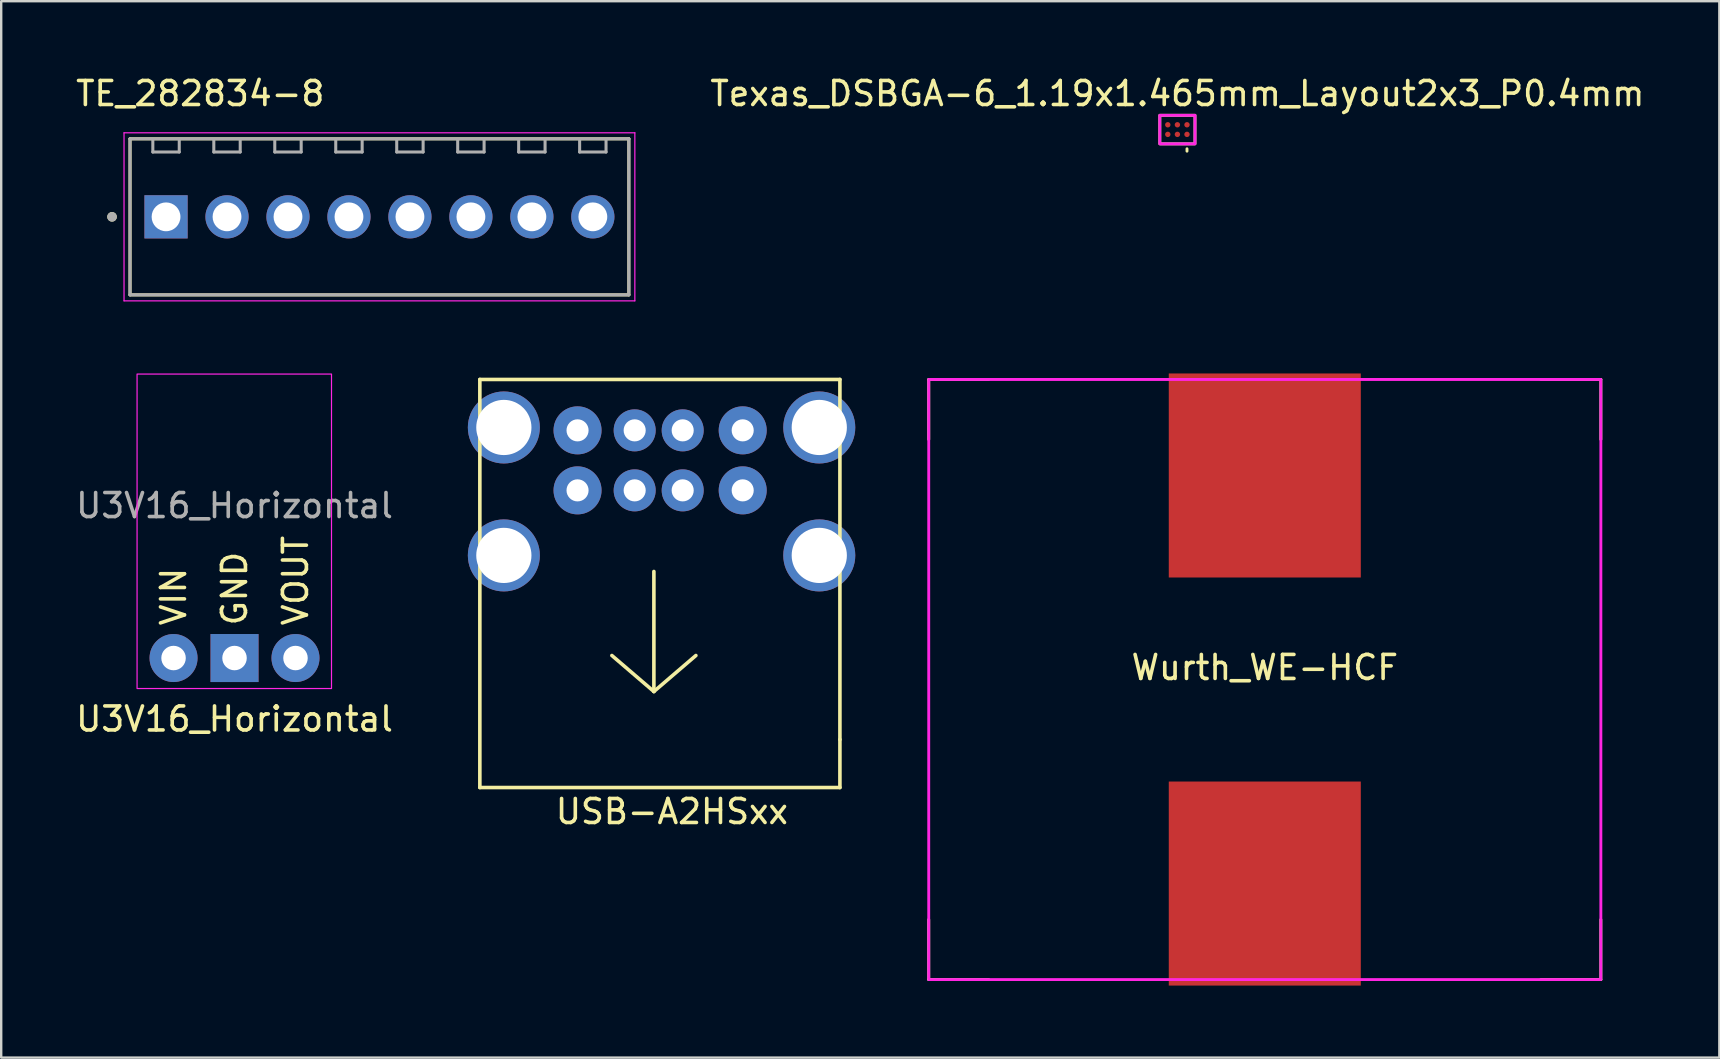
<source format=kicad_pcb>
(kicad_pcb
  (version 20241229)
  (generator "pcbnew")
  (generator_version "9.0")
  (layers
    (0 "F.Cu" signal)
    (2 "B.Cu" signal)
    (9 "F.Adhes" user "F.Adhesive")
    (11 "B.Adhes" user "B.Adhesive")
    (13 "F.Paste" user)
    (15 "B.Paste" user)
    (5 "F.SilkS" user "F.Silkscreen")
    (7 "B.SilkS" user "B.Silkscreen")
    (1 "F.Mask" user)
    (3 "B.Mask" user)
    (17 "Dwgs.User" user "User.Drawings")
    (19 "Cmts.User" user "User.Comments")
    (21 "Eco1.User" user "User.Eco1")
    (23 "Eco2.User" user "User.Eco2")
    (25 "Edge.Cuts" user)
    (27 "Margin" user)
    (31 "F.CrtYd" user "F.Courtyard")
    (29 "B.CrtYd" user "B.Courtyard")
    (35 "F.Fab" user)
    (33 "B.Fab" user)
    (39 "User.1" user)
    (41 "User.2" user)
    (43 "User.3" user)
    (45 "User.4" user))
  (footprint "TE_282834-8"
    (layer "F.Cu")
    (at 12.757 5.983)
    (property "Reference" "TE_282834-8" (at -7.465 -5.135 0) (layer "F.SilkS") (effects (font (size 1 1) (thickness 0.15))))
    (attr through_hole)
    (fp_line (start -10.39 -3.25) (end 10.39 -3.25) (stroke (width 0.127) (type solid)) (layer "F.SilkS"))
    (fp_line (start -10.39 3.25) (end -10.39 -3.25) (stroke (width 0.127) (type solid)) (layer "F.SilkS"))
    (fp_line (start 10.39 -3.25) (end 10.39 3.25) (stroke (width 0.127) (type solid)) (layer "F.SilkS"))
    (fp_line (start 10.39 3.25) (end -10.39 3.25) (stroke (width 0.127) (type solid)) (layer "F.SilkS"))
    (fp_circle (center -11.14 0) (end -11.04 0) (stroke (width 0.2) (type solid)) (fill no) (layer "F.SilkS"))
    (fp_line (start -10.64 -3.5) (end -10.64 3.5) (stroke (width 0.05) (type solid)) (layer "F.CrtYd"))
    (fp_line (start -10.64 3.5) (end 10.64 3.5) (stroke (width 0.05) (type solid)) (layer "F.CrtYd"))
    (fp_line (start 10.64 -3.5) (end -10.64 -3.5) (stroke (width 0.05) (type solid)) (layer "F.CrtYd"))
    (fp_line (start 10.64 3.5) (end 10.64 -3.5) (stroke (width 0.05) (type solid)) (layer "F.CrtYd"))
    (fp_line (start -10.39 -3.25) (end 10.39 -3.25) (stroke (width 0.127) (type solid)) (layer "F.Fab"))
    (fp_line (start -10.39 3.25) (end -10.39 -3.25) (stroke (width 0.127) (type solid)) (layer "F.Fab"))
    (fp_line (start -9.44 -2.7) (end -9.44 -3.2) (stroke (width 0.127) (type solid)) (layer "F.Fab"))
    (fp_line (start -9.44 -2.7) (end -8.34 -2.7) (stroke (width 0.127) (type solid)) (layer "F.Fab"))
    (fp_line (start -8.34 -2.7) (end -8.34 -3.2) (stroke (width 0.127) (type solid)) (layer "F.Fab"))
    (fp_line (start -6.9 -2.7) (end -6.9 -3.2) (stroke (width 0.127) (type solid)) (layer "F.Fab"))
    (fp_line (start -6.9 -2.7) (end -5.8 -2.7) (stroke (width 0.127) (type solid)) (layer "F.Fab"))
    (fp_line (start -5.8 -2.7) (end -5.8 -3.2) (stroke (width 0.127) (type solid)) (layer "F.Fab"))
    (fp_line (start -4.36 -2.7) (end -4.36 -3.2) (stroke (width 0.127) (type solid)) (layer "F.Fab"))
    (fp_line (start -4.36 -2.7) (end -3.26 -2.7) (stroke (width 0.127) (type solid)) (layer "F.Fab"))
    (fp_line (start -3.26 -2.7) (end -3.26 -3.2) (stroke (width 0.127) (type solid)) (layer "F.Fab"))
    (fp_line (start -1.82 -2.7) (end -1.82 -3.2) (stroke (width 0.127) (type solid)) (layer "F.Fab"))
    (fp_line (start -1.82 -2.7) (end -0.72 -2.7) (stroke (width 0.127) (type solid)) (layer "F.Fab"))
    (fp_line (start -0.72 -2.7) (end -0.72 -3.2) (stroke (width 0.127) (type solid)) (layer "F.Fab"))
    (fp_line (start 0.72 -2.7) (end 0.72 -3.2) (stroke (width 0.127) (type solid)) (layer "F.Fab"))
    (fp_line (start 0.72 -2.7) (end 1.82 -2.7) (stroke (width 0.127) (type solid)) (layer "F.Fab"))
    (fp_line (start 1.82 -2.7) (end 1.82 -3.2) (stroke (width 0.127) (type solid)) (layer "F.Fab"))
    (fp_line (start 3.26 -2.7) (end 3.26 -3.2) (stroke (width 0.127) (type solid)) (layer "F.Fab"))
    (fp_line (start 3.26 -2.7) (end 4.36 -2.7) (stroke (width 0.127) (type solid)) (layer "F.Fab"))
    (fp_line (start 4.36 -2.7) (end 4.36 -3.2) (stroke (width 0.127) (type solid)) (layer "F.Fab"))
    (fp_line (start 5.8 -2.7) (end 5.8 -3.2) (stroke (width 0.127) (type solid)) (layer "F.Fab"))
    (fp_line (start 5.8 -2.7) (end 6.9 -2.7) (stroke (width 0.127) (type solid)) (layer "F.Fab"))
    (fp_line (start 6.9 -2.7) (end 6.9 -3.2) (stroke (width 0.127) (type solid)) (layer "F.Fab"))
    (fp_line (start 8.34 -2.7) (end 8.34 -3.2) (stroke (width 0.127) (type solid)) (layer "F.Fab"))
    (fp_line (start 8.34 -2.7) (end 9.44 -2.7) (stroke (width 0.127) (type solid)) (layer "F.Fab"))
    (fp_line (start 9.44 -2.7) (end 9.44 -3.2) (stroke (width 0.127) (type solid)) (layer "F.Fab"))
    (fp_line (start 10.39 -3.25) (end 10.39 3.25) (stroke (width 0.127) (type solid)) (layer "F.Fab"))
    (fp_line (start 10.39 3.25) (end -10.39 3.25) (stroke (width 0.127) (type solid)) (layer "F.Fab"))
    (fp_circle (center -11.14 0) (end -11.04 0) (stroke (width 0.2) (type solid)) (fill no) (layer "F.Fab"))
    (pad "1" thru_hole rect (at -8.89 0) (size 1.8 1.8) (drill 1.2) (layers "*.Cu" "*.Mask"))
    (pad "2" thru_hole circle (at -6.35 0) (size 1.8 1.8) (drill 1.2) (layers "*.Cu" "*.Mask"))
    (pad "3" thru_hole circle (at -3.81 0) (size 1.8 1.8) (drill 1.2) (layers "*.Cu" "*.Mask"))
    (pad "4" thru_hole circle (at -1.27 0) (size 1.8 1.8) (drill 1.2) (layers "*.Cu" "*.Mask"))
    (pad "5" thru_hole circle (at 1.27 0) (size 1.8 1.8) (drill 1.2) (layers "*.Cu" "*.Mask"))
    (pad "6" thru_hole circle (at 3.81 0) (size 1.8 1.8) (drill 1.2) (layers "*.Cu" "*.Mask"))
    (pad "7" thru_hole circle (at 6.35 0) (size 1.8 1.8) (drill 1.2) (layers "*.Cu" "*.Mask"))
    (pad "8" thru_hole circle (at 8.89 0) (size 1.8 1.8) (drill 1.2) (layers "*.Cu" "*.Mask")))
  (footprint "U3V16_Horizontal"
    (layer "F.Cu")
    (at 4.18 24.363)
    (property "Reference" "U3V16_Horizontal" (at 2.54 2.54 0) (unlocked yes) (layer "F.SilkS") (effects (font (size 1 1) (thickness 0.15))))
    (attr through_hole)
    (fp_rect (start -1.52 1.27) (end 6.58 -11.83) (stroke (width 0.05) (type default)) (fill no) (layer "F.CrtYd"))
    (fp_text user "GND" (at 2.54 -1.27 90) (unlocked yes) (layer "F.SilkS") (effects (font (size 1 1) (thickness 0.15)) (justify left)))
    (fp_text user "VOUT" (at 5.08 -1.27 90) (unlocked yes) (layer "F.SilkS") (effects (font (size 1 1) (thickness 0.15)) (justify left)))
    (fp_text user "VIN" (at 0 -1.27 90) (unlocked yes) (layer "F.SilkS") (effects (font (size 1 1) (thickness 0.15)) (justify left)))
    (fp_text user "${REFERENCE}" (at 2.54 -6.35 0) (unlocked yes) (layer "F.Fab") (effects (font (size 1 1) (thickness 0.15))))
    (pad "1" thru_hole circle (at 0 0) (size 2 2) (drill 1.02) (layers "*.Cu" "*.Mask"))
    (pad "2" thru_hole rect (at 2.54 0) (size 2 2) (drill 1.02) (layers "*.Cu" "*.Mask"))
    (pad "3" thru_hole circle (at 5.08 0) (size 2 2) (drill 1.02) (layers "*.Cu" "*.Mask")))
  (footprint "Wurth_WE-HCF"
    (layer "F.Cu")
    (at 49.64 25.258)
    (property "Reference" "Wurth_WE-HCF" (at 0 -0.5 0) (unlocked yes) (layer "F.SilkS") (effects (font (size 1 1) (thickness 0.15))))
    (attr smd)
    (fp_line (start -14 -12.5) (end -14 -10) (stroke (width 0.12) (type solid)) (layer "F.SilkS"))
    (fp_line (start -14 -12.5) (end -11.5 -12.5) (stroke (width 0.12) (type solid)) (layer "F.SilkS"))
    (fp_line (start -14 12.5) (end -14 10) (stroke (width 0.12) (type solid)) (layer "F.SilkS"))
    (fp_line (start -14 12.5) (end -11.5 12.5) (stroke (width 0.12) (type solid)) (layer "F.SilkS"))
    (fp_line (start 14 -12.5) (end 11.5 -12.5) (stroke (width 0.12) (type solid)) (layer "F.SilkS"))
    (fp_line (start 14 -12.5) (end 14 -10) (stroke (width 0.12) (type solid)) (layer "F.SilkS"))
    (fp_line (start 14 12.5) (end 11.5 12.5) (stroke (width 0.12) (type solid)) (layer "F.SilkS"))
    (fp_line (start 14 12.5) (end 14 10) (stroke (width 0.12) (type solid)) (layer "F.SilkS"))
    (fp_rect (start -14 -12.5) (end 14 12.5) (stroke (width 0.12) (type solid)) (fill no) (layer "F.CrtYd"))
    (pad "1" smd rect (at 0 -8.5) (size 8 8.5) (layers "F.Cu" "F.Mask" "F.Paste"))
    (pad "2" smd rect (at 0 8.5) (size 8 8.5) (layers "F.Cu" "F.Mask" "F.Paste")))
  (footprint "USB-A2HSxx"
    (layer "F.Cu")
    (at 16.94 12.758)
    (property "Reference" "USB-A2HSxx" (at 8 18 0) (layer "F.SilkS") (effects (font (size 1 1) (thickness 0.15))))
    (attr through_hole)
    (fp_line (start 0 0) (end 15 0) (stroke (width 0.15) (type solid)) (layer "F.SilkS"))
    (fp_line (start 0 17) (end 0 0) (stroke (width 0.15) (type solid)) (layer "F.SilkS"))
    (fp_line (start 7.25 8) (end 7.25 13) (stroke (width 0.15) (type solid)) (layer "F.SilkS"))
    (fp_line (start 7.25 13) (end 5.5 11.5) (stroke (width 0.15) (type solid)) (layer "F.SilkS"))
    (fp_line (start 7.25 13) (end 9 11.5) (stroke (width 0.15) (type solid)) (layer "F.SilkS"))
    (fp_line (start 15 0) (end 15 15) (stroke (width 0.15) (type solid)) (layer "F.SilkS"))
    (fp_line (start 15 15) (end 15 17) (stroke (width 0.15) (type solid)) (layer "F.SilkS"))
    (fp_line (start 15 17) (end 0 17) (stroke (width 0.15) (type solid)) (layer "F.SilkS"))
    (pad "1" thru_hole circle (at 4.07 2.12) (size 2 2) (drill 0.92) (layers "*.Cu" "*.Mask"))
    (pad "2" thru_hole circle (at 6.45 2.12) (size 1.75 1.75) (drill 0.92) (layers "*.Cu" "*.Mask"))
    (pad "3" thru_hole circle (at 8.45 2.12) (size 1.75 1.75) (drill 0.92) (layers "*.Cu" "*.Mask"))
    (pad "4" thru_hole circle (at 10.95 2.12) (size 2 2) (drill 0.92) (layers "*.Cu" "*.Mask"))
    (pad "5" thru_hole circle (at 4.07 4.62) (size 2 2) (drill 0.92) (layers "*.Cu" "*.Mask"))
    (pad "6" thru_hole circle (at 6.45 4.62) (size 1.75 1.75) (drill 0.92) (layers "*.Cu" "*.Mask"))
    (pad "7" thru_hole circle (at 8.45 4.62) (size 1.75 1.75) (drill 0.92) (layers "*.Cu" "*.Mask"))
    (pad "8" thru_hole circle (at 10.95 4.62) (size 2 2) (drill 0.92) (layers "*.Cu" "*.Mask"))
    (pad "9" thru_hole circle (at 1 2) (size 3 3) (drill 2.3) (layers "*.Cu" "*.Mask"))
    (pad "9" thru_hole circle (at 1 7.33) (size 3 3) (drill 2.3) (layers "*.Cu" "*.Mask"))
    (pad "9" thru_hole circle (at 14.14 2) (size 3 3) (drill 2.3) (layers "*.Cu" "*.Mask"))
    (pad "9" thru_hole circle (at 14.14 7.33) (size 3 3) (drill 2.3) (layers "*.Cu" "*.Mask")))
  (footprint "Texas_DSBGA-6_1.19x1.465mm_Layout2x3_P0.4mm"
    (layer "F.Cu")
    (at 45.999 2.348)
    (property "Reference" "Texas_DSBGA-6_1.19x1.465mm_Layout2x3_P0.4mm" (at 0 -1.5 0) (unlocked yes) (layer "F.SilkS") (effects (font (size 1 1) (thickness 0.15))))
    (attr smd)
    (fp_line (start 0.4 0.8) (end 0.4 0.9) (stroke (width 0.12) (type solid)) (layer "F.SilkS"))
    (fp_rect (start -0.733 -0.595) (end 0.733 0.595) (stroke (width 0.12) (type solid)) (fill no) (layer "F.SilkS"))
    (fp_rect (start -0.733 -0.595) (end 0.733 0.595) (stroke (width 0.12) (type solid)) (fill no) (layer "F.CrtYd"))
    (pad "A1" smd circle (at 0.4 0.2) (size 0.225 0.225) (layers "F.Cu" "F.Mask" "F.Paste"))
    (pad "A2" smd circle (at 0.4 -0.2) (size 0.225 0.225) (layers "F.Cu" "F.Mask" "F.Paste"))
    (pad "B1" smd circle (at 0 0.2) (size 0.225 0.225) (layers "F.Cu" "F.Mask" "F.Paste"))
    (pad "B2" smd circle (at 0 -0.2) (size 0.225 0.225) (layers "F.Cu" "F.Mask" "F.Paste"))
    (pad "C1" smd circle (at -0.4 0.2) (size 0.225 0.225) (layers "F.Cu" "F.Mask" "F.Paste"))
    (pad "C2" smd circle (at -0.4 -0.2) (size 0.225 0.225) (layers "F.Cu" "F.Mask" "F.Paste")))
  (gr_rect
    (start -3 -3)
    (end 68.576 41.008)
    (stroke (width 0.1) (type default))
    (fill no)
    (layer "Edge.Cuts")))
</source>
